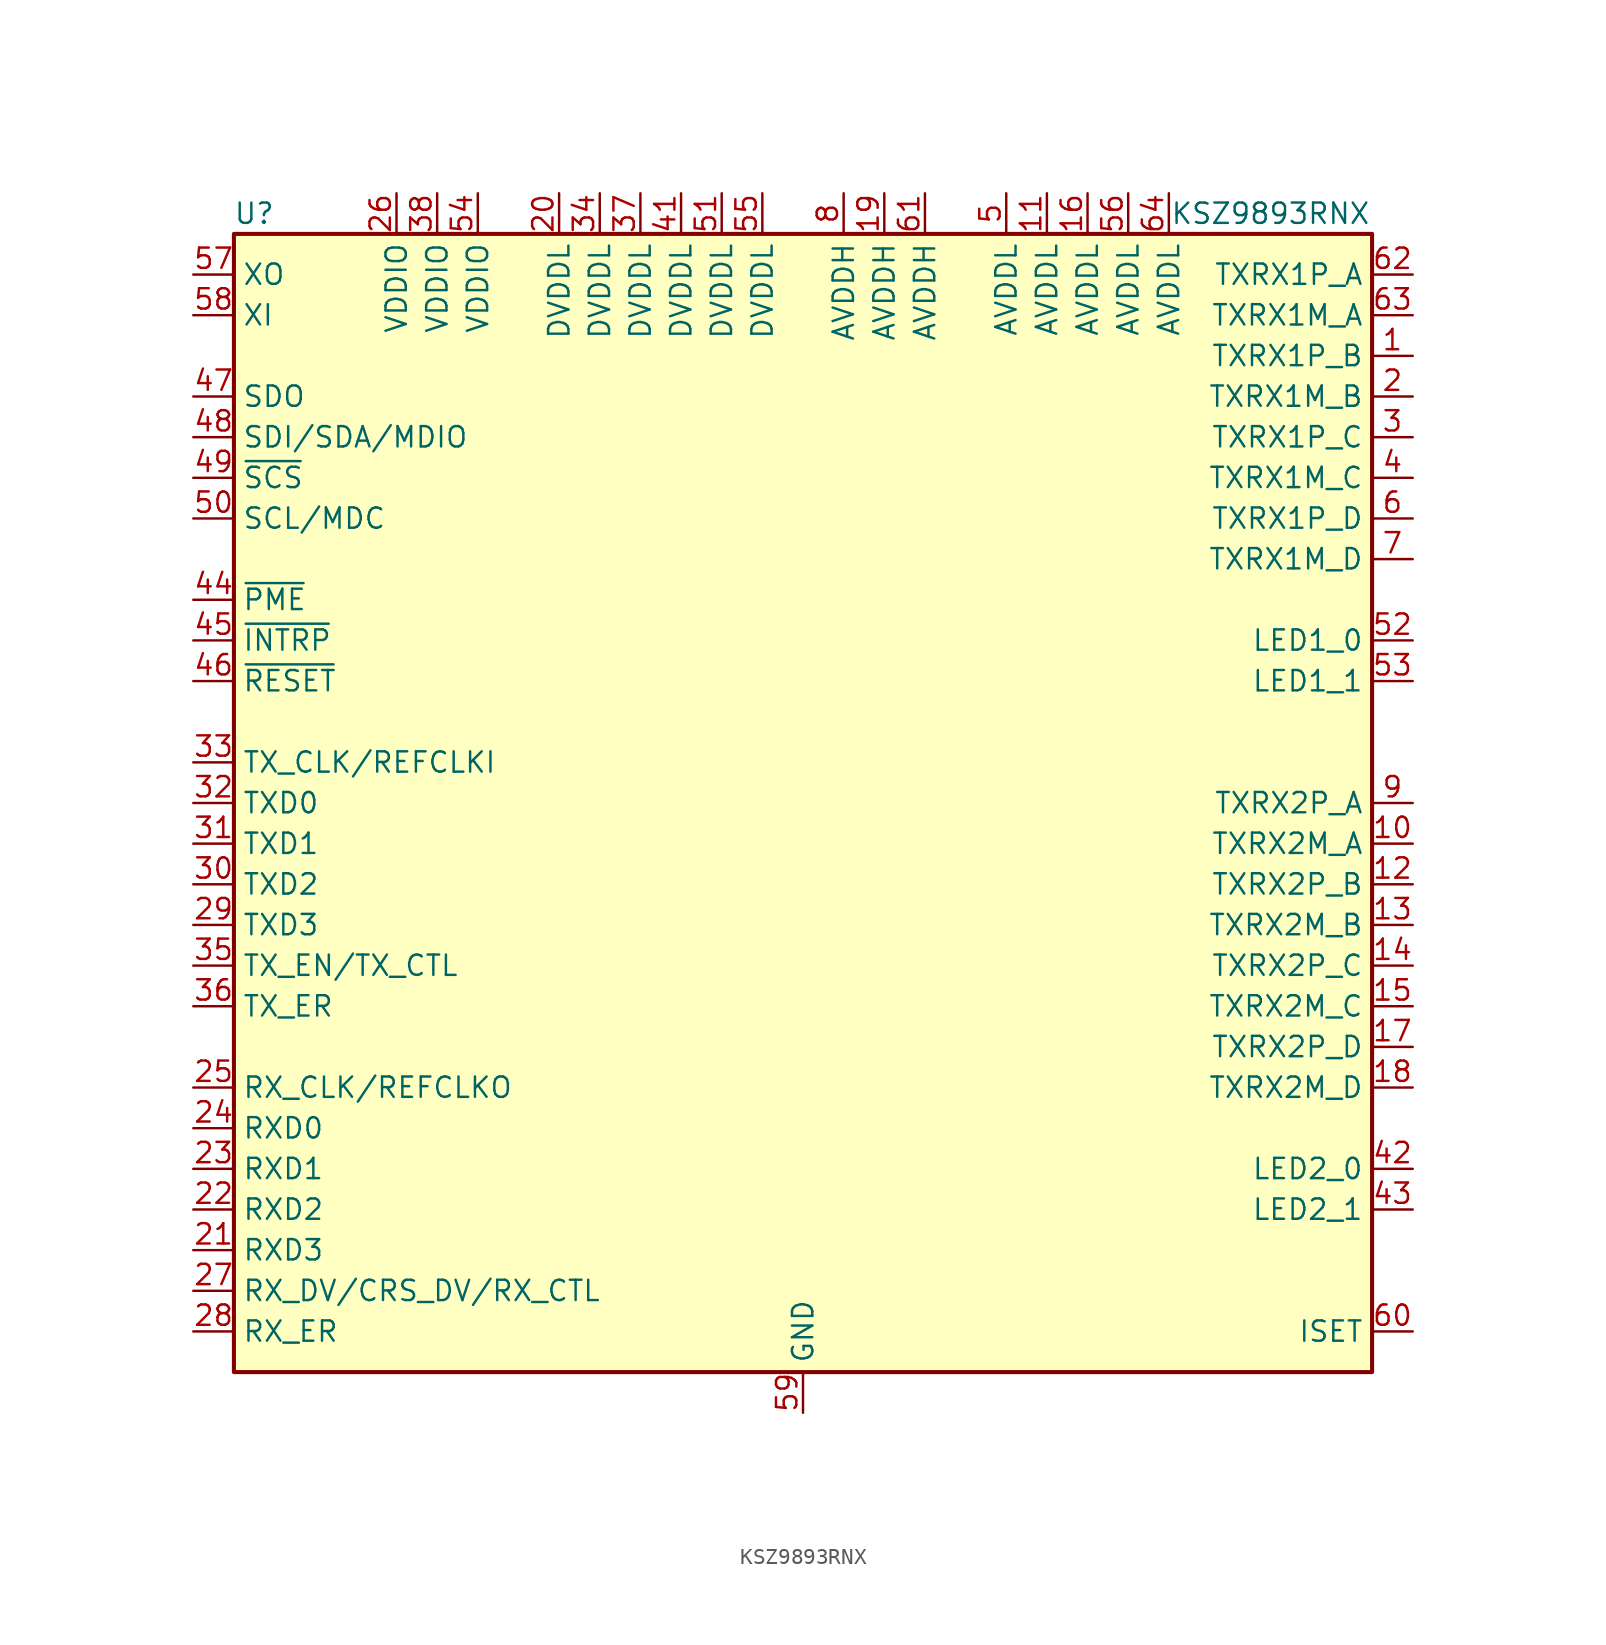
<source format=kicad_sym>
(kicad_symbol_lib
  (version 20211014)
  (generator kicad_symbol_editor)
  (symbol "KSZ9893RNX"
    (property "Reference" "U"
      (at -34.29 36.83 0)
      (effects (font (size 1.27 1.27))))
    (property "Value" "KSZ9893RNX"
      (at 29.21 36.83 0)
      (effects (font (size 1.27 1.27))))
    (symbol "KSZ9893RNX_0_1"
      (rectangle (start 35.56 -35.56) (end -35.56 35.56) (stroke (width 0.254) (type default) (color 0 0 0 0)) (fill (type background))))
    (symbol "KSZ9893RNX_1_1"
      (pin passive line (at 38.1 27.94 180) (length 2.54) (name "TXRX1P_B" (effects (font (size 1.27 1.27)))) (number "1" (effects (font (size 1.27 1.27)))))
      (pin passive line (at 38.1 -2.54 180) (length 2.54) (name "TXRX2M_A" (effects (font (size 1.27 1.27)))) (number "10" (effects (font (size 1.27 1.27)))))
      (pin power_in line (at 15.24 38.1 270) (length 2.54) (name "AVDDL" (effects (font (size 1.27 1.27)))) (number "11" (effects (font (size 1.27 1.27)))))
      (pin passive line (at 38.1 -5.08 180) (length 2.54) (name "TXRX2P_B" (effects (font (size 1.27 1.27)))) (number "12" (effects (font (size 1.27 1.27)))))
      (pin passive line (at 38.1 -7.62 180) (length 2.54) (name "TXRX2M_B" (effects (font (size 1.27 1.27)))) (number "13" (effects (font (size 1.27 1.27)))))
      (pin passive line (at 38.1 -10.16 180) (length 2.54) (name "TXRX2P_C" (effects (font (size 1.27 1.27)))) (number "14" (effects (font (size 1.27 1.27)))))
      (pin passive line (at 38.1 -12.7 180) (length 2.54) (name "TXRX2M_C" (effects (font (size 1.27 1.27)))) (number "15" (effects (font (size 1.27 1.27)))))
      (pin power_in line (at 17.78 38.1 270) (length 2.54) (name "AVDDL" (effects (font (size 1.27 1.27)))) (number "16" (effects (font (size 1.27 1.27)))))
      (pin passive line (at 38.1 -15.24 180) (length 2.54) (name "TXRX2P_D" (effects (font (size 1.27 1.27)))) (number "17" (effects (font (size 1.27 1.27)))))
      (pin passive line (at 38.1 -17.78 180) (length 2.54) (name "TXRX2M_D" (effects (font (size 1.27 1.27)))) (number "18" (effects (font (size 1.27 1.27)))))
      (pin power_in line (at 5.08 38.1 270) (length 2.54) (name "AVDDH" (effects (font (size 1.27 1.27)))) (number "19" (effects (font (size 1.27 1.27)))))
      (pin passive line (at 38.1 25.4 180) (length 2.54) (name "TXRX1M_B" (effects (font (size 1.27 1.27)))) (number "2" (effects (font (size 1.27 1.27)))))
      (pin power_in line (at -15.24 38.1 270) (length 2.54) (name "DVDDL" (effects (font (size 1.27 1.27)))) (number "20" (effects (font (size 1.27 1.27)))))
      (pin output line (at -38.1 -27.94 0) (length 2.54) (name "RXD3" (effects (font (size 1.27 1.27)))) (number "21" (effects (font (size 1.27 1.27)))))
      (pin output line (at -38.1 -25.4 0) (length 2.54) (name "RXD2" (effects (font (size 1.27 1.27)))) (number "22" (effects (font (size 1.27 1.27)))))
      (pin output line (at -38.1 -22.86 0) (length 2.54) (name "RXD1" (effects (font (size 1.27 1.27)))) (number "23" (effects (font (size 1.27 1.27)))))
      (pin output line (at -38.1 -20.32 0) (length 2.54) (name "RXD0" (effects (font (size 1.27 1.27)))) (number "24" (effects (font (size 1.27 1.27)))))
      (pin output line (at -38.1 -17.78 0) (length 2.54) (name "RX_CLK/REFCLKO" (effects (font (size 1.27 1.27)))) (number "25" (effects (font (size 1.27 1.27)))))
      (pin power_in line (at -25.4 38.1 270) (length 2.54) (name "VDDIO" (effects (font (size 1.27 1.27)))) (number "26" (effects (font (size 1.27 1.27)))))
      (pin output line (at -38.1 -30.48 0) (length 2.54) (name "RX_DV/CRS_DV/RX_CTL" (effects (font (size 1.27 1.27)))) (number "27" (effects (font (size 1.27 1.27)))))
      (pin output line (at -38.1 -33.02 0) (length 2.54) (name "RX_ER" (effects (font (size 1.27 1.27)))) (number "28" (effects (font (size 1.27 1.27)))))
      (pin input line (at -38.1 -7.62 0) (length 2.54) (name "TXD3" (effects (font (size 1.27 1.27)))) (number "29" (effects (font (size 1.27 1.27)))))
      (pin passive line (at 38.1 22.86 180) (length 2.54) (name "TXRX1P_C" (effects (font (size 1.27 1.27)))) (number "3" (effects (font (size 1.27 1.27)))))
      (pin input line (at -38.1 -5.08 0) (length 2.54) (name "TXD2" (effects (font (size 1.27 1.27)))) (number "30" (effects (font (size 1.27 1.27)))))
      (pin input line (at -38.1 -2.54 0) (length 2.54) (name "TXD1" (effects (font (size 1.27 1.27)))) (number "31" (effects (font (size 1.27 1.27)))))
      (pin input line (at -38.1 0 0) (length 2.54) (name "TXD0" (effects (font (size 1.27 1.27)))) (number "32" (effects (font (size 1.27 1.27)))))
      (pin input line (at -38.1 2.54 0) (length 2.54) (name "TX_CLK/REFCLKI" (effects (font (size 1.27 1.27)))) (number "33" (effects (font (size 1.27 1.27)))))
      (pin power_in line (at -12.7 38.1 270) (length 2.54) (name "DVDDL" (effects (font (size 1.27 1.27)))) (number "34" (effects (font (size 1.27 1.27)))))
      (pin input line (at -38.1 -10.16 0) (length 2.54) (name "TX_EN/TX_CTL" (effects (font (size 1.27 1.27)))) (number "35" (effects (font (size 1.27 1.27)))))
      (pin input line (at -38.1 -12.7 0) (length 2.54) (name "TX_ER" (effects (font (size 1.27 1.27)))) (number "36" (effects (font (size 1.27 1.27)))))
      (pin power_in line (at -10.16 38.1 270) (length 2.54) (name "DVDDL" (effects (font (size 1.27 1.27)))) (number "37" (effects (font (size 1.27 1.27)))))
      (pin power_in line (at -22.86 38.1 270) (length 2.54) (name "VDDIO" (effects (font (size 1.27 1.27)))) (number "38" (effects (font (size 1.27 1.27)))))
      (pin no_connect line (at 35.56 2.54 180) (length 2.54) hide (name "NC" (effects (font (size 1.27 1.27)))) (number "39" (effects (font (size 1.27 1.27)))))
      (pin passive line (at 38.1 20.32 180) (length 2.54) (name "TXRX1M_C" (effects (font (size 1.27 1.27)))) (number "4" (effects (font (size 1.27 1.27)))))
      (pin no_connect line (at 35.56 5.08 180) (length 2.54) hide (name "NC" (effects (font (size 1.27 1.27)))) (number "40" (effects (font (size 1.27 1.27)))))
      (pin power_in line (at -7.62 38.1 270) (length 2.54) (name "DVDDL" (effects (font (size 1.27 1.27)))) (number "41" (effects (font (size 1.27 1.27)))))
      (pin output line (at 38.1 -22.86 180) (length 2.54) (name "LED2_0" (effects (font (size 1.27 1.27)))) (number "42" (effects (font (size 1.27 1.27)))))
      (pin output line (at 38.1 -25.4 180) (length 2.54) (name "LED2_1" (effects (font (size 1.27 1.27)))) (number "43" (effects (font (size 1.27 1.27)))))
      (pin output line (at -38.1 12.7 0) (length 2.54) (name "~{PME}" (effects (font (size 1.27 1.27)))) (number "44" (effects (font (size 1.27 1.27)))))
      (pin output line (at -38.1 10.16 0) (length 2.54) (name "~{INTRP}" (effects (font (size 1.27 1.27)))) (number "45" (effects (font (size 1.27 1.27)))))
      (pin input line (at -38.1 7.62 0) (length 2.54) (name "~{RESET}" (effects (font (size 1.27 1.27)))) (number "46" (effects (font (size 1.27 1.27)))))
      (pin output line (at -38.1 25.4 0) (length 2.54) (name "SDO" (effects (font (size 1.27 1.27)))) (number "47" (effects (font (size 1.27 1.27)))))
      (pin bidirectional line (at -38.1 22.86 0) (length 2.54) (name "SDI/SDA/MDIO" (effects (font (size 1.27 1.27)))) (number "48" (effects (font (size 1.27 1.27)))))
      (pin input line (at -38.1 20.32 0) (length 2.54) (name "~{SCS}" (effects (font (size 1.27 1.27)))) (number "49" (effects (font (size 1.27 1.27)))))
      (pin power_in line (at 12.7 38.1 270) (length 2.54) (name "AVDDL" (effects (font (size 1.27 1.27)))) (number "5" (effects (font (size 1.27 1.27)))))
      (pin input line (at -38.1 17.78 0) (length 2.54) (name "SCL/MDC" (effects (font (size 1.27 1.27)))) (number "50" (effects (font (size 1.27 1.27)))))
      (pin power_in line (at -5.08 38.1 270) (length 2.54) (name "DVDDL" (effects (font (size 1.27 1.27)))) (number "51" (effects (font (size 1.27 1.27)))))
      (pin output line (at 38.1 10.16 180) (length 2.54) (name "LED1_0" (effects (font (size 1.27 1.27)))) (number "52" (effects (font (size 1.27 1.27)))))
      (pin output line (at 38.1 7.62 180) (length 2.54) (name "LED1_1" (effects (font (size 1.27 1.27)))) (number "53" (effects (font (size 1.27 1.27)))))
      (pin power_in line (at -20.32 38.1 270) (length 2.54) (name "VDDIO" (effects (font (size 1.27 1.27)))) (number "54" (effects (font (size 1.27 1.27)))))
      (pin power_in line (at -2.54 38.1 270) (length 2.54) (name "DVDDL" (effects (font (size 1.27 1.27)))) (number "55" (effects (font (size 1.27 1.27)))))
      (pin power_in line (at 20.32 38.1 270) (length 2.54) (name "AVDDL" (effects (font (size 1.27 1.27)))) (number "56" (effects (font (size 1.27 1.27)))))
      (pin output line (at -38.1 33.02 0) (length 2.54) (name "XO" (effects (font (size 1.27 1.27)))) (number "57" (effects (font (size 1.27 1.27)))))
      (pin input line (at -38.1 30.48 0) (length 2.54) (name "XI" (effects (font (size 1.27 1.27)))) (number "58" (effects (font (size 1.27 1.27)))))
      (pin power_in line (at 0 -38.1 90) (length 2.54) (name "GND" (effects (font (size 1.27 1.27)))) (number "59" (effects (font (size 1.27 1.27)))))
      (pin passive line (at 38.1 17.78 180) (length 2.54) (name "TXRX1P_D" (effects (font (size 1.27 1.27)))) (number "6" (effects (font (size 1.27 1.27)))))
      (pin passive line (at 38.1 -33.02 180) (length 2.54) (name "ISET" (effects (font (size 1.27 1.27)))) (number "60" (effects (font (size 1.27 1.27)))))
      (pin power_in line (at 7.62 38.1 270) (length 2.54) (name "AVDDH" (effects (font (size 1.27 1.27)))) (number "61" (effects (font (size 1.27 1.27)))))
      (pin passive line (at 38.1 33.02 180) (length 2.54) (name "TXRX1P_A" (effects (font (size 1.27 1.27)))) (number "62" (effects (font (size 1.27 1.27)))))
      (pin passive line (at 38.1 30.48 180) (length 2.54) (name "TXRX1M_A" (effects (font (size 1.27 1.27)))) (number "63" (effects (font (size 1.27 1.27)))))
      (pin power_in line (at 22.86 38.1 270) (length 2.54) (name "AVDDL" (effects (font (size 1.27 1.27)))) (number "64" (effects (font (size 1.27 1.27)))))
      (pin passive line (at 0 -38.1 90) (length 2.54) hide (name "GND" (effects (font (size 1.27 1.27)))) (number "65" (effects (font (size 1.27 1.27)))))
      (pin passive line (at 38.1 15.24 180) (length 2.54) (name "TXRX1M_D" (effects (font (size 1.27 1.27)))) (number "7" (effects (font (size 1.27 1.27)))))
      (pin power_in line (at 2.54 38.1 270) (length 2.54) (name "AVDDH" (effects (font (size 1.27 1.27)))) (number "8" (effects (font (size 1.27 1.27)))))
      (pin passive line (at 38.1 0 180) (length 2.54) (name "TXRX2P_A" (effects (font (size 1.27 1.27)))) (number "9" (effects (font (size 1.27 1.27))))))))
</source>
